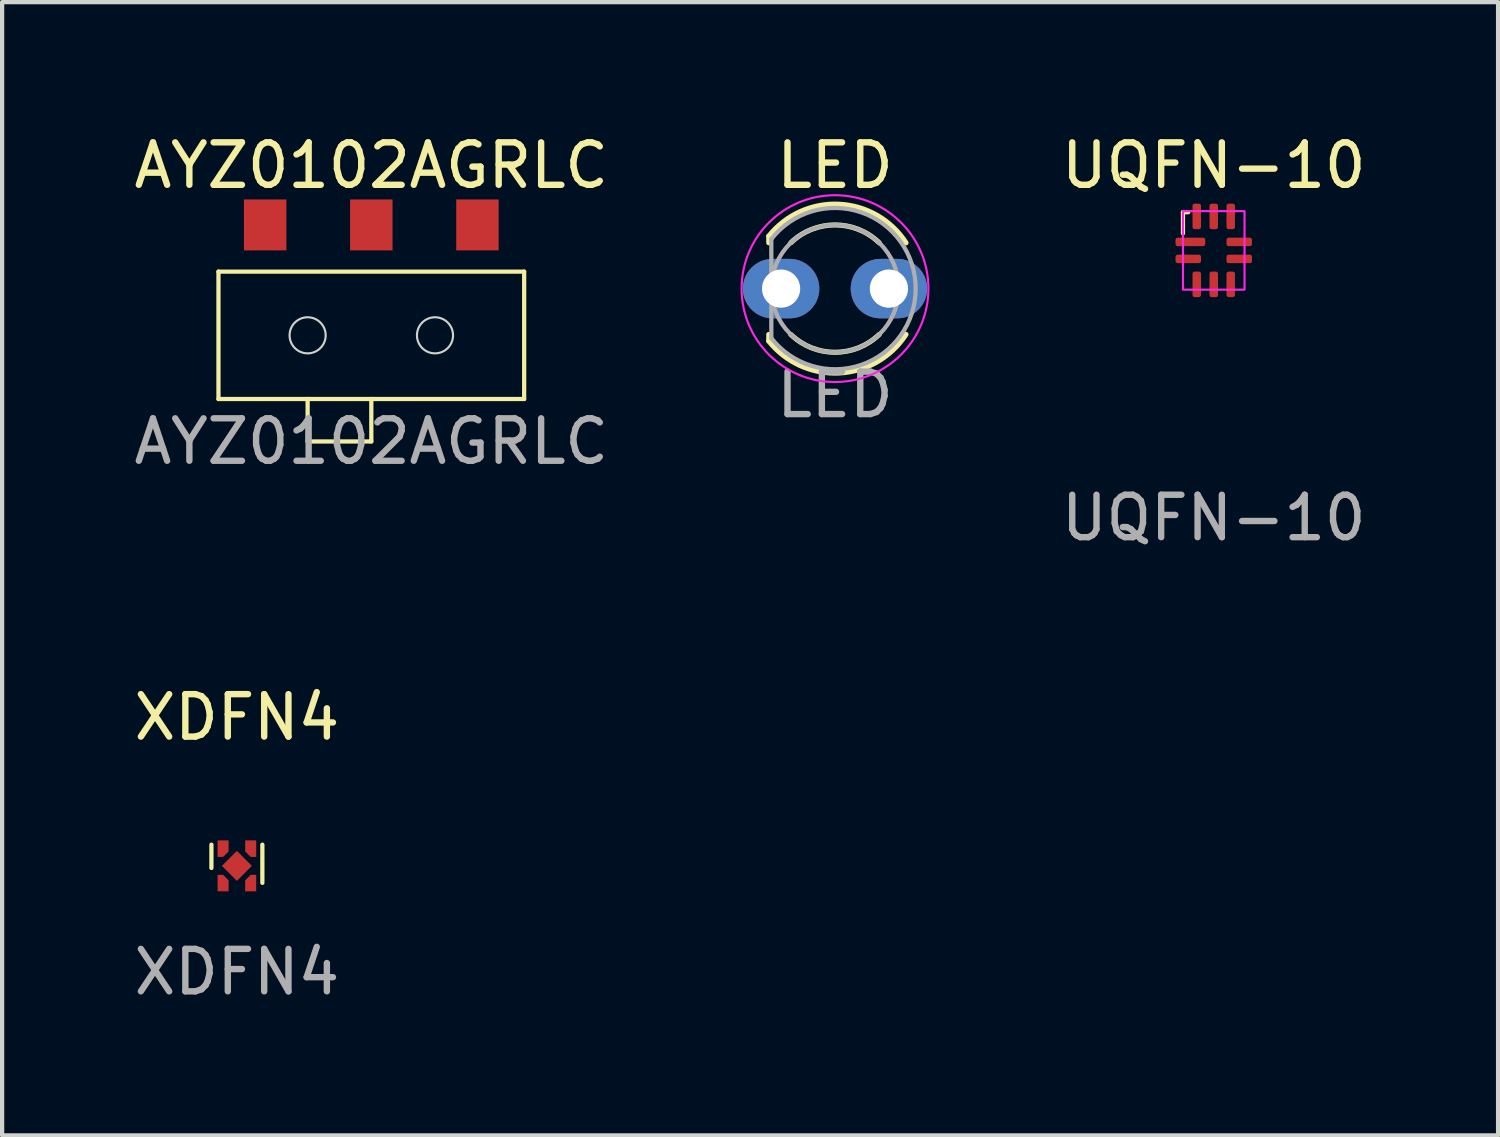
<source format=kicad_pcb>
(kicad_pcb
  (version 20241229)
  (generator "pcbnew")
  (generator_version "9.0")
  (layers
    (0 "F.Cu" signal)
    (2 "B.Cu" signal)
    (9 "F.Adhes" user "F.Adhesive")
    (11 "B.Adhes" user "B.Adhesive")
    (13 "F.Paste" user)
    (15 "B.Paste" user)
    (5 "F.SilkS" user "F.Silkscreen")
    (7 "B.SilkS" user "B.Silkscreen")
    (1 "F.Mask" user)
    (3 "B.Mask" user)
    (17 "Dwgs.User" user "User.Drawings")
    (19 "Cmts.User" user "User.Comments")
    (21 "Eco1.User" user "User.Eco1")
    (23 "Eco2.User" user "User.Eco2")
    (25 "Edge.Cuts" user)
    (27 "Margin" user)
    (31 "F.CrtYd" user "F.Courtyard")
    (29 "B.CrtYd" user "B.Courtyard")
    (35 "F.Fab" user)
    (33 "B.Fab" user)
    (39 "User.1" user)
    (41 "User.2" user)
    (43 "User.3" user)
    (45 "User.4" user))
  (footprint "AYZ0102AGRLC"
    (layer "F.Cu")
    (at 5.696 4.848)
    (property "Reference" "AYZ0102AGRLC" (at 0 -4 0) (unlocked yes) (layer "F.SilkS") (effects (font (size 1 1) (thickness 0.15))))
    (attr smd)
    (fp_line (start -3.6 -1.5) (end -3.6 1.5) (stroke (width 0.1) (type default)) (layer "F.SilkS"))
    (fp_line (start -3.6 -1.5) (end 3.6 -1.5) (stroke (width 0.1) (type default)) (layer "F.SilkS"))
    (fp_line (start -3.6 1.5) (end 3.6 1.5) (stroke (width 0.1) (type default)) (layer "F.SilkS"))
    (fp_line (start -1.5 2.5) (end -1.5 1.5) (stroke (width 0.1) (type default)) (layer "F.SilkS"))
    (fp_line (start 0 1.5) (end 0 2.5) (stroke (width 0.1) (type default)) (layer "F.SilkS"))
    (fp_line (start 0 2.5) (end -1.5 2.5) (stroke (width 0.1) (type default)) (layer "F.SilkS"))
    (fp_line (start 3.6 -1.5) (end 3.6 1.5) (stroke (width 0.1) (type default)) (layer "F.SilkS"))
    (fp_circle (center -1.5 0) (end -1.075 0) (stroke (width 0.05) (type default)) (fill no) (layer "Edge.Cuts"))
    (fp_circle (center 1.5 0) (end 1.925 0) (stroke (width 0.05) (type default)) (fill no) (layer "Edge.Cuts"))
    (fp_text user "${REFERENCE}" (at 0 2.5 0) (unlocked yes) (layer "F.Fab") (effects (font (size 1 1) (thickness 0.15))))
    (pad "1" smd rect (at -2.5 -2.6) (size 1 1.2) (layers "F.Cu" "F.Mask" "F.Paste"))
    (pad "2" smd rect (at 0 -2.6) (size 1 1.2) (layers "F.Cu" "F.Mask" "F.Paste"))
    (pad "3" smd rect (at 2.5 -2.6) (size 1 1.2) (layers "F.Cu" "F.Mask" "F.Paste")))
  (footprint "LED"
    (layer "F.Cu")
    (at 16.618 3.748)
    (property "Reference" "LED" (at 0 -2.9 0) (unlocked yes) (layer "F.SilkS") (effects (font (size 1 1) (thickness 0.15))))
    (attr smd)
    (fp_line (start -1.56 -1.236) (end -1.56 -1.08) (stroke (width 0.12) (type solid)) (layer "F.SilkS"))
    (fp_line (start -1.56 1.08) (end -1.56 1.236) (stroke (width 0.12) (type solid)) (layer "F.SilkS"))
    (fp_arc (start -1.56 -1.235516) (mid 0.096487 -1.987659) (end 1.672335 -1.078608) (stroke (width 0.12) (type solid)) (layer "F.SilkS"))
    (fp_arc (start -1.040961 -1.08) (mid 0.000117 -1.5) (end 1.04113 -1.079837) (stroke (width 0.12) (type solid)) (layer "F.SilkS"))
    (fp_arc (start 1.04113 1.079837) (mid 0.000117 1.5) (end -1.040961 1.08) (stroke (width 0.12) (type solid)) (layer "F.SilkS"))
    (fp_arc (start 1.672335 1.078608) (mid 0.096487 1.987659) (end -1.56 1.235516) (stroke (width 0.12) (type solid)) (layer "F.SilkS"))
    (fp_circle (center 0 0) (end 0 2.2) (stroke (width 0.05) (type default)) (fill no) (layer "F.CrtYd"))
    (fp_line (start -1.5 -1.166) (end -1.5 1.166) (stroke (width 0.1) (type solid)) (layer "F.Fab"))
    (fp_arc (start -1.5 -1.16619) (mid 1.9 0.000452) (end -1.500555 1.165476) (stroke (width 0.1) (type solid)) (layer "F.Fab"))
    (fp_circle (center 0 0) (end 1.5 0) (stroke (width 0.1) (type solid)) (fill no) (layer "F.Fab"))
    (fp_text user "${REFERENCE}" (at 0 2.5 0) (unlocked yes) (layer "F.Fab") (effects (font (size 1 1) (thickness 0.15))))
    (pad "1" thru_hole oval (at -1.27 0) (size 1.8 1.4) (drill 0.9) (layers "*.Cu" "*.Mask"))
    (pad "2" thru_hole oval (at 1.27 0) (size 1.8 1.4) (drill 0.9) (layers "*.Cu" "*.Mask")))
  (footprint "XDFN4"
    (layer "F.Cu")
    (at 2.53 17.345)
    (property "Reference" "XDFN4" (at 0 -3.5 0) (unlocked yes) (layer "F.SilkS") (effects (font (size 1 1) (thickness 0.15))))
    (attr smd)
    (fp_line (start -0.6 -0.5) (end -0.6 0.05) (stroke (width 0.1) (type default)) (layer "F.SilkS"))
    (fp_line (start 0.6 -0.5) (end 0.6 0.4) (stroke (width 0.1) (type default)) (layer "F.SilkS"))
    (fp_text user "${REFERENCE}" (at 0 2.5 0) (unlocked yes) (layer "F.Fab") (effects (font (size 1 1) (thickness 0.15))))
    (pad "1" smd roundrect (at -0.325 0.405) (size 0.26 0.39) (layers "F.Cu" "F.Mask" "F.Paste") (roundrect_rratio 0) (chamfer_ratio 0.5) (chamfer top_right))
    (pad "2" smd rect (at 0 0 45) (size 0.5 0.5) (layers "F.Cu" "F.Mask" "F.Paste"))
    (pad "2" smd roundrect (at 0.325 0.405) (size 0.26 0.39) (layers "F.Cu" "F.Mask" "F.Paste") (roundrect_rratio 0) (chamfer_ratio 0.5) (chamfer top_left))
    (pad "3" smd roundrect (at 0.325 -0.405) (size 0.26 0.39) (layers "F.Cu" "F.Mask" "F.Paste") (roundrect_rratio 0) (chamfer_ratio 0.5) (chamfer bottom_left))
    (pad "4" smd roundrect (at -0.325 -0.405) (size 0.26 0.39) (layers "F.Cu" "F.Mask" "F.Paste") (roundrect_rratio 0) (chamfer_ratio 0.5) (chamfer bottom_right)))
  (footprint "UQFN-10"
    (layer "F.Cu")
    (at 25.539 2.848)
    (property "Reference" "UQFN-10" (at 0 -2 0) (unlocked yes) (layer "F.SilkS") (effects (font (size 1 1) (thickness 0.15))))
    (attr smd)
    (fp_line (start -0.725 -0.9) (end -0.725 -0.4) (stroke (width 0.1) (type default)) (layer "F.SilkS"))
    (fp_line (start -0.6 -0.9) (end -0.725 -0.9) (stroke (width 0.1) (type default)) (layer "F.SilkS"))
    (fp_rect (start -0.725 -0.925) (end 0.725 0.925) (stroke (width 0.05) (type default)) (fill no) (layer "F.CrtYd"))
    (fp_text user "${REFERENCE}" (at 0 6.3 0) (unlocked yes) (layer "F.Fab") (effects (font (size 1 1) (thickness 0.15))))
    (pad "1" smd roundrect (at -0.55 -0.2) (size 0.7 0.2) (layers "F.Cu" "F.Mask" "F.Paste") (roundrect_rratio 0.25))
    (pad "2" smd roundrect (at -0.6 0.2) (size 0.6 0.2) (layers "F.Cu" "F.Mask" "F.Paste") (roundrect_rratio 0.25))
    (pad "3" smd roundrect (at -0.4 0.8 90) (size 0.6 0.2) (layers "F.Cu" "F.Mask" "F.Paste") (roundrect_rratio 0.25))
    (pad "4" smd roundrect (at 0 0.8 90) (size 0.6 0.2) (layers "F.Cu" "F.Mask" "F.Paste") (roundrect_rratio 0.25))
    (pad "5" smd roundrect (at 0.4 0.8 90) (size 0.6 0.2) (layers "F.Cu" "F.Mask" "F.Paste") (roundrect_rratio 0.25))
    (pad "6" smd roundrect (at 0.6 0.2 180) (size 0.6 0.2) (layers "F.Cu" "F.Mask" "F.Paste") (roundrect_rratio 0.25))
    (pad "7" smd roundrect (at 0.6 -0.2 180) (size 0.6 0.2) (layers "F.Cu" "F.Mask" "F.Paste") (roundrect_rratio 0.25))
    (pad "8" smd roundrect (at 0.4 -0.8 270) (size 0.6 0.2) (layers "F.Cu" "F.Mask" "F.Paste") (roundrect_rratio 0.25))
    (pad "9" smd roundrect (at 0 -0.8 270) (size 0.6 0.2) (layers "F.Cu" "F.Mask" "F.Paste") (roundrect_rratio 0.25))
    (pad "10" smd roundrect (at -0.4 -0.8 270) (size 0.6 0.2) (layers "F.Cu" "F.Mask" "F.Paste") (roundrect_rratio 0.25)))
  (gr_rect
    (start -3 -3)
    (end 32.236 23.693)
    (stroke (width 0.1) (type default))
    (fill no)
    (layer "Edge.Cuts")))
</source>
